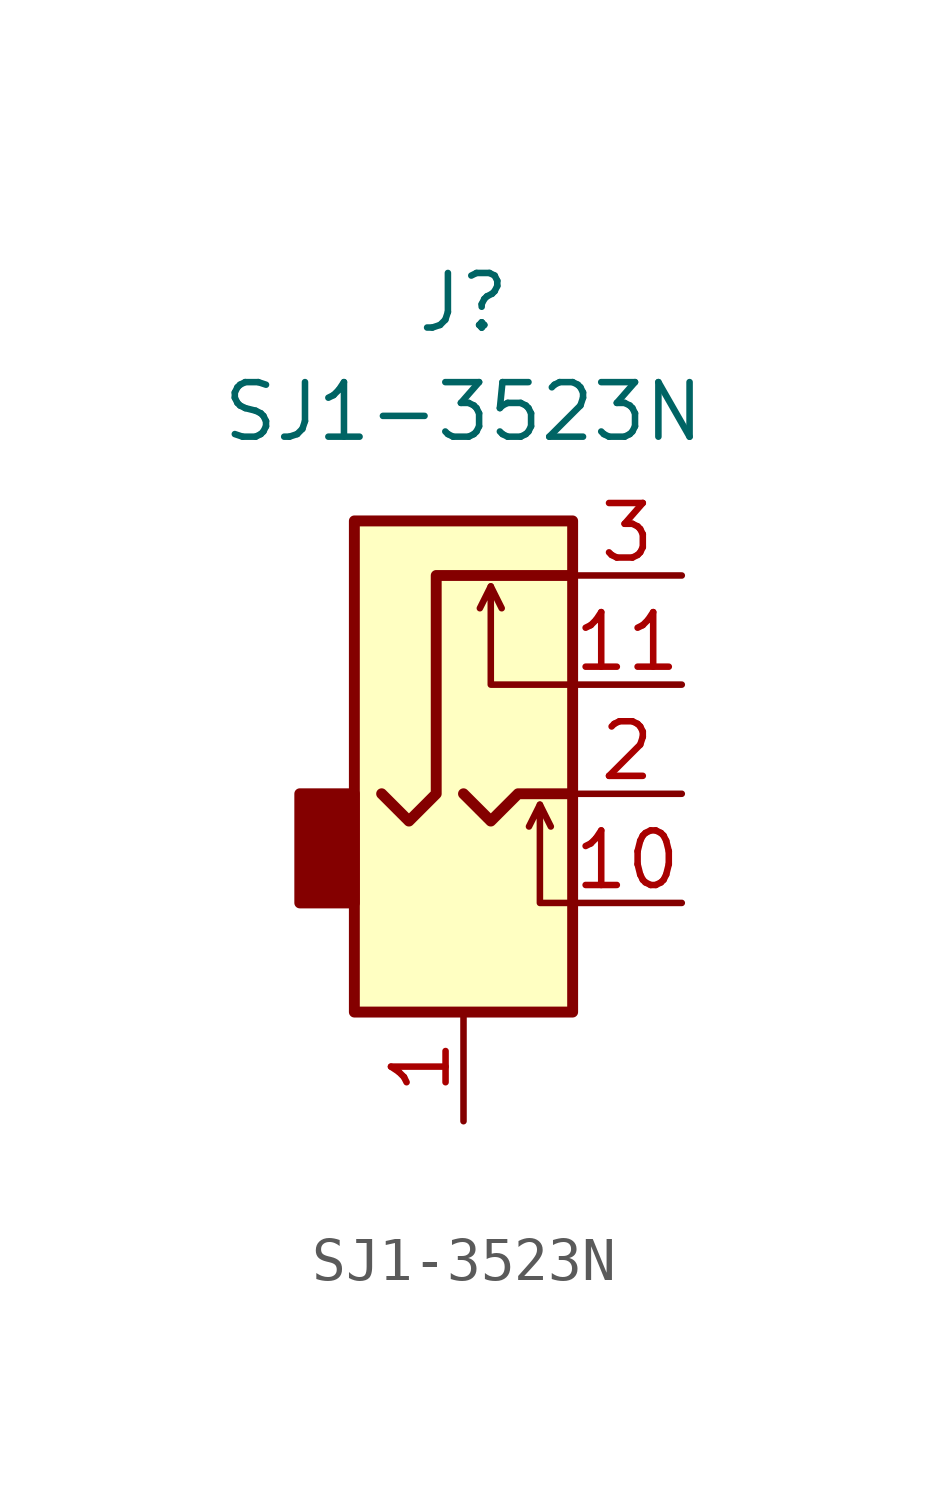
<source format=kicad_sym>
(kicad_symbol_lib
  (version 20220914)
  (generator kicad_symbol_editor)
  (symbol "SJ1-3523N"
    (property "Reference" "J"
      (at 0 11.43 0)
      (effects (font (size 1.27 1.27))))
    (property "Value" "SJ1-3523N"
      (at 0 8.89 0)
      (effects (font (size 1.27 1.27))))
    (symbol "SJ1-3523N_0_1"
      (rectangle (start -2.54 -2.54) (end -3.81 0) (stroke (width 0.254) (type solid)) (fill (type outline)))
      (rectangle (start 2.54 6.35) (end -2.54 -5.08) (stroke (width 0.254) (type solid)) (fill (type background))))
    (symbol "SJ1-3523N_1_1"
      (polyline (pts (xy 0.635 4.826) (xy 0.889 4.318)) (stroke (width 0) (type solid)) (fill (type none)))
      (polyline (pts (xy 1.778 -0.254) (xy 2.032 -0.762)) (stroke (width 0) (type solid)) (fill (type none)))
      (polyline (pts (xy 0 0) (xy 0.635 -0.635) (xy 1.27 0) (xy 2.54 0)) (stroke (width 0.254) (type solid)) (fill (type none)))
      (polyline (pts (xy 2.54 -2.54) (xy 1.778 -2.54) (xy 1.778 -0.254) (xy 1.524 -0.762)) (stroke (width 0) (type solid)) (fill (type none)))
      (polyline (pts (xy 2.54 2.54) (xy 0.635 2.54) (xy 0.635 4.826) (xy 0.381 4.318)) (stroke (width 0) (type solid)) (fill (type none)))
      (polyline (pts (xy 2.54 5.08) (xy -0.635 5.08) (xy -0.635 0) (xy -1.27 -0.635) (xy -1.905 0)) (stroke (width 0.254) (type solid)) (fill (type none)))
      (pin passive line (at 0 -7.62 90) (length 2.54) (name "~" (effects (font (size 1.27 1.27)))) (number "1" (effects (font (size 1.27 1.27)))))
      (pin passive line (at 5.08 -2.54 180) (length 2.54) (name "~" (effects (font (size 1.27 1.27)))) (number "10" (effects (font (size 1.27 1.27)))))
      (pin passive line (at 5.08 2.54 180) (length 2.54) (name "~" (effects (font (size 1.27 1.27)))) (number "11" (effects (font (size 1.27 1.27)))))
      (pin passive line (at 5.08 0 180) (length 2.54) (name "~" (effects (font (size 1.27 1.27)))) (number "2" (effects (font (size 1.27 1.27)))))
      (pin passive line (at 5.08 5.08 180) (length 2.54) (name "~" (effects (font (size 1.27 1.27)))) (number "3" (effects (font (size 1.27 1.27))))))))
</source>
